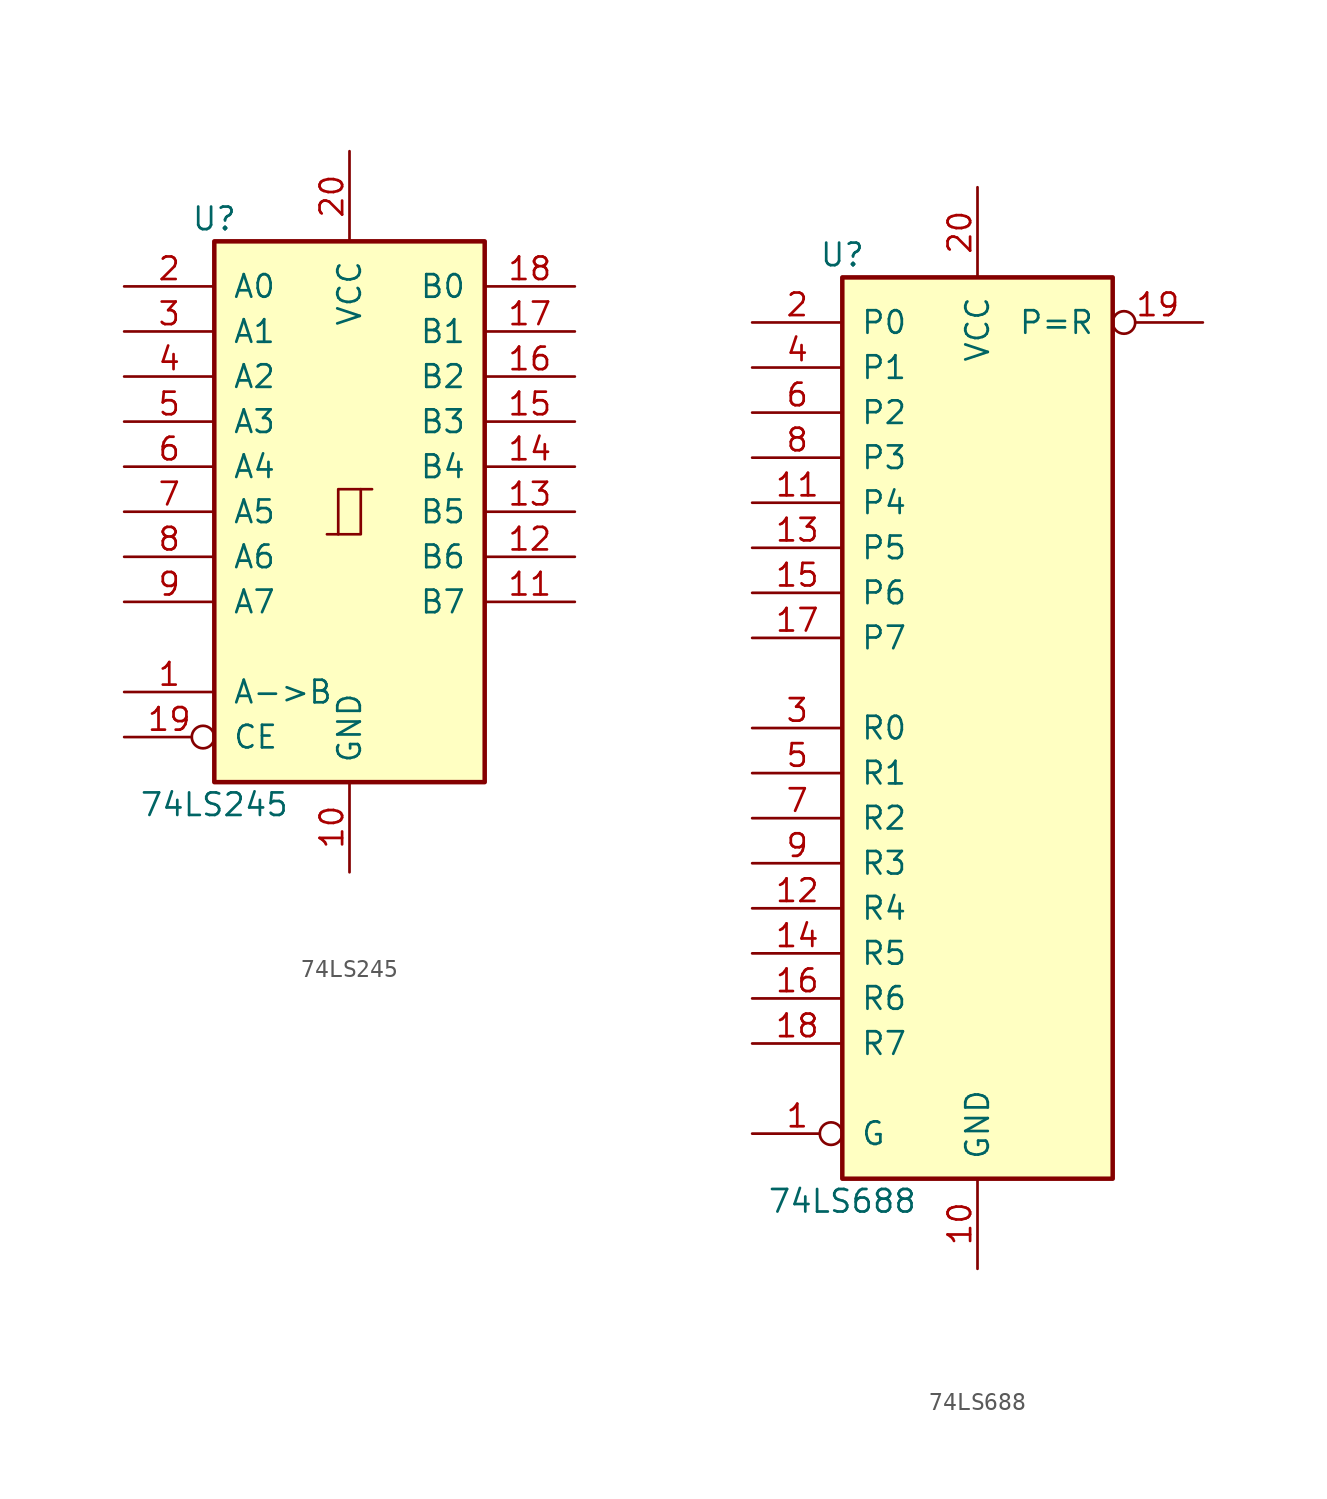
<source format=kicad_sym>
(kicad_symbol_lib
  (version 20201005)
  (generator kicad_symbol_editor)
  (symbol "interf_u_schlib:74LS245"
    (pin_names
      (offset 1.016))
    (property "Reference" "U"
      (at -7.62 16.51 0)
      (effects (font (size 1.27 1.27))))
    (property "Value" "74LS245"
      (at -7.62 -16.51 0)
      (effects (font (size 1.27 1.27))))
    (property "ki_locked" ""
      (at 0 0 0)
      (effects (font (size 1.27 1.27))))
    (symbol "74LS245_1_1"
      (rectangle (start -7.62 15.24) (end 7.62 -15.24) (stroke (width 0.254)) (fill (type background))))
    (symbol "74LS245_1_0"
      (polyline (pts (xy -0.635 -1.27) (xy -0.635 1.27) (xy 0.635 1.27)) (stroke (width 0)) (fill (type none)))
      (polyline (pts (xy -1.27 -1.27) (xy 0.635 -1.27) (xy 0.635 1.27) (xy 1.27 1.27)) (stroke (width 0)) (fill (type none)))
      (pin input line (at -12.7 -10.16 0) (length 5.08) (name "A->B" (effects (font (size 1.27 1.27)))) (number "1" (effects (font (size 1.27 1.27)))))
      (pin power_in line (at 0 -20.32 90) (length 5.08) (name "GND" (effects (font (size 1.27 1.27)))) (number "10" (effects (font (size 1.27 1.27)))))
      (pin tri_state line (at 12.7 -5.08 180) (length 5.08) (name "B7" (effects (font (size 1.27 1.27)))) (number "11" (effects (font (size 1.27 1.27)))))
      (pin tri_state line (at 12.7 -2.54 180) (length 5.08) (name "B6" (effects (font (size 1.27 1.27)))) (number "12" (effects (font (size 1.27 1.27)))))
      (pin tri_state line (at 12.7 0 180) (length 5.08) (name "B5" (effects (font (size 1.27 1.27)))) (number "13" (effects (font (size 1.27 1.27)))))
      (pin tri_state line (at 12.7 2.54 180) (length 5.08) (name "B4" (effects (font (size 1.27 1.27)))) (number "14" (effects (font (size 1.27 1.27)))))
      (pin tri_state line (at 12.7 5.08 180) (length 5.08) (name "B3" (effects (font (size 1.27 1.27)))) (number "15" (effects (font (size 1.27 1.27)))))
      (pin tri_state line (at 12.7 7.62 180) (length 5.08) (name "B2" (effects (font (size 1.27 1.27)))) (number "16" (effects (font (size 1.27 1.27)))))
      (pin tri_state line (at 12.7 10.16 180) (length 5.08) (name "B1" (effects (font (size 1.27 1.27)))) (number "17" (effects (font (size 1.27 1.27)))))
      (pin tri_state line (at 12.7 12.7 180) (length 5.08) (name "B0" (effects (font (size 1.27 1.27)))) (number "18" (effects (font (size 1.27 1.27)))))
      (pin input inverted (at -12.7 -12.7 0) (length 5.08) (name "CE" (effects (font (size 1.27 1.27)))) (number "19" (effects (font (size 1.27 1.27)))))
      (pin tri_state line (at -12.7 12.7 0) (length 5.08) (name "A0" (effects (font (size 1.27 1.27)))) (number "2" (effects (font (size 1.27 1.27)))))
      (pin power_in line (at 0 20.32 270) (length 5.08) (name "VCC" (effects (font (size 1.27 1.27)))) (number "20" (effects (font (size 1.27 1.27)))))
      (pin tri_state line (at -12.7 10.16 0) (length 5.08) (name "A1" (effects (font (size 1.27 1.27)))) (number "3" (effects (font (size 1.27 1.27)))))
      (pin tri_state line (at -12.7 7.62 0) (length 5.08) (name "A2" (effects (font (size 1.27 1.27)))) (number "4" (effects (font (size 1.27 1.27)))))
      (pin tri_state line (at -12.7 5.08 0) (length 5.08) (name "A3" (effects (font (size 1.27 1.27)))) (number "5" (effects (font (size 1.27 1.27)))))
      (pin tri_state line (at -12.7 2.54 0) (length 5.08) (name "A4" (effects (font (size 1.27 1.27)))) (number "6" (effects (font (size 1.27 1.27)))))
      (pin tri_state line (at -12.7 0 0) (length 5.08) (name "A5" (effects (font (size 1.27 1.27)))) (number "7" (effects (font (size 1.27 1.27)))))
      (pin tri_state line (at -12.7 -2.54 0) (length 5.08) (name "A6" (effects (font (size 1.27 1.27)))) (number "8" (effects (font (size 1.27 1.27)))))
      (pin tri_state line (at -12.7 -5.08 0) (length 5.08) (name "A7" (effects (font (size 1.27 1.27)))) (number "9" (effects (font (size 1.27 1.27)))))))
  (symbol "interf_u_schlib:74LS688"
    (pin_names
      (offset 1.016))
    (property "Reference" "U"
      (at -7.62 26.67 0)
      (effects (font (size 1.27 1.27))))
    (property "Value" "74LS688"
      (at -7.62 -26.67 0)
      (effects (font (size 1.27 1.27))))
    (property "ki_locked" ""
      (at 0 0 0)
      (effects (font (size 1.27 1.27))))
    (symbol "74LS688_1_1"
      (rectangle (start -7.62 25.4) (end 7.62 -25.4) (stroke (width 0.254)) (fill (type background))))
    (symbol "74LS688_1_0"
      (pin input inverted (at -12.7 -22.86 0) (length 5.08) (name "G" (effects (font (size 1.27 1.27)))) (number "1" (effects (font (size 1.27 1.27)))))
      (pin power_in line (at 0 -30.48 90) (length 5.08) (name "GND" (effects (font (size 1.27 1.27)))) (number "10" (effects (font (size 1.27 1.27)))))
      (pin input line (at -12.7 12.7 0) (length 5.08) (name "P4" (effects (font (size 1.27 1.27)))) (number "11" (effects (font (size 1.27 1.27)))))
      (pin input line (at -12.7 -10.16 0) (length 5.08) (name "R4" (effects (font (size 1.27 1.27)))) (number "12" (effects (font (size 1.27 1.27)))))
      (pin input line (at -12.7 10.16 0) (length 5.08) (name "P5" (effects (font (size 1.27 1.27)))) (number "13" (effects (font (size 1.27 1.27)))))
      (pin input line (at -12.7 -12.7 0) (length 5.08) (name "R5" (effects (font (size 1.27 1.27)))) (number "14" (effects (font (size 1.27 1.27)))))
      (pin input line (at -12.7 7.62 0) (length 5.08) (name "P6" (effects (font (size 1.27 1.27)))) (number "15" (effects (font (size 1.27 1.27)))))
      (pin input line (at -12.7 -15.24 0) (length 5.08) (name "R6" (effects (font (size 1.27 1.27)))) (number "16" (effects (font (size 1.27 1.27)))))
      (pin input line (at -12.7 5.08 0) (length 5.08) (name "P7" (effects (font (size 1.27 1.27)))) (number "17" (effects (font (size 1.27 1.27)))))
      (pin input line (at -12.7 -17.78 0) (length 5.08) (name "R7" (effects (font (size 1.27 1.27)))) (number "18" (effects (font (size 1.27 1.27)))))
      (pin output inverted (at 12.7 22.86 180) (length 5.08) (name "P=R" (effects (font (size 1.27 1.27)))) (number "19" (effects (font (size 1.27 1.27)))))
      (pin input line (at -12.7 22.86 0) (length 5.08) (name "P0" (effects (font (size 1.27 1.27)))) (number "2" (effects (font (size 1.27 1.27)))))
      (pin power_in line (at 0 30.48 270) (length 5.08) (name "VCC" (effects (font (size 1.27 1.27)))) (number "20" (effects (font (size 1.27 1.27)))))
      (pin input line (at -12.7 0 0) (length 5.08) (name "R0" (effects (font (size 1.27 1.27)))) (number "3" (effects (font (size 1.27 1.27)))))
      (pin input line (at -12.7 20.32 0) (length 5.08) (name "P1" (effects (font (size 1.27 1.27)))) (number "4" (effects (font (size 1.27 1.27)))))
      (pin input line (at -12.7 -2.54 0) (length 5.08) (name "R1" (effects (font (size 1.27 1.27)))) (number "5" (effects (font (size 1.27 1.27)))))
      (pin input line (at -12.7 17.78 0) (length 5.08) (name "P2" (effects (font (size 1.27 1.27)))) (number "6" (effects (font (size 1.27 1.27)))))
      (pin input line (at -12.7 -5.08 0) (length 5.08) (name "R2" (effects (font (size 1.27 1.27)))) (number "7" (effects (font (size 1.27 1.27)))))
      (pin input line (at -12.7 15.24 0) (length 5.08) (name "P3" (effects (font (size 1.27 1.27)))) (number "8" (effects (font (size 1.27 1.27)))))
      (pin input line (at -12.7 -7.62 0) (length 5.08) (name "R3" (effects (font (size 1.27 1.27)))) (number "9" (effects (font (size 1.27 1.27))))))))
</source>
